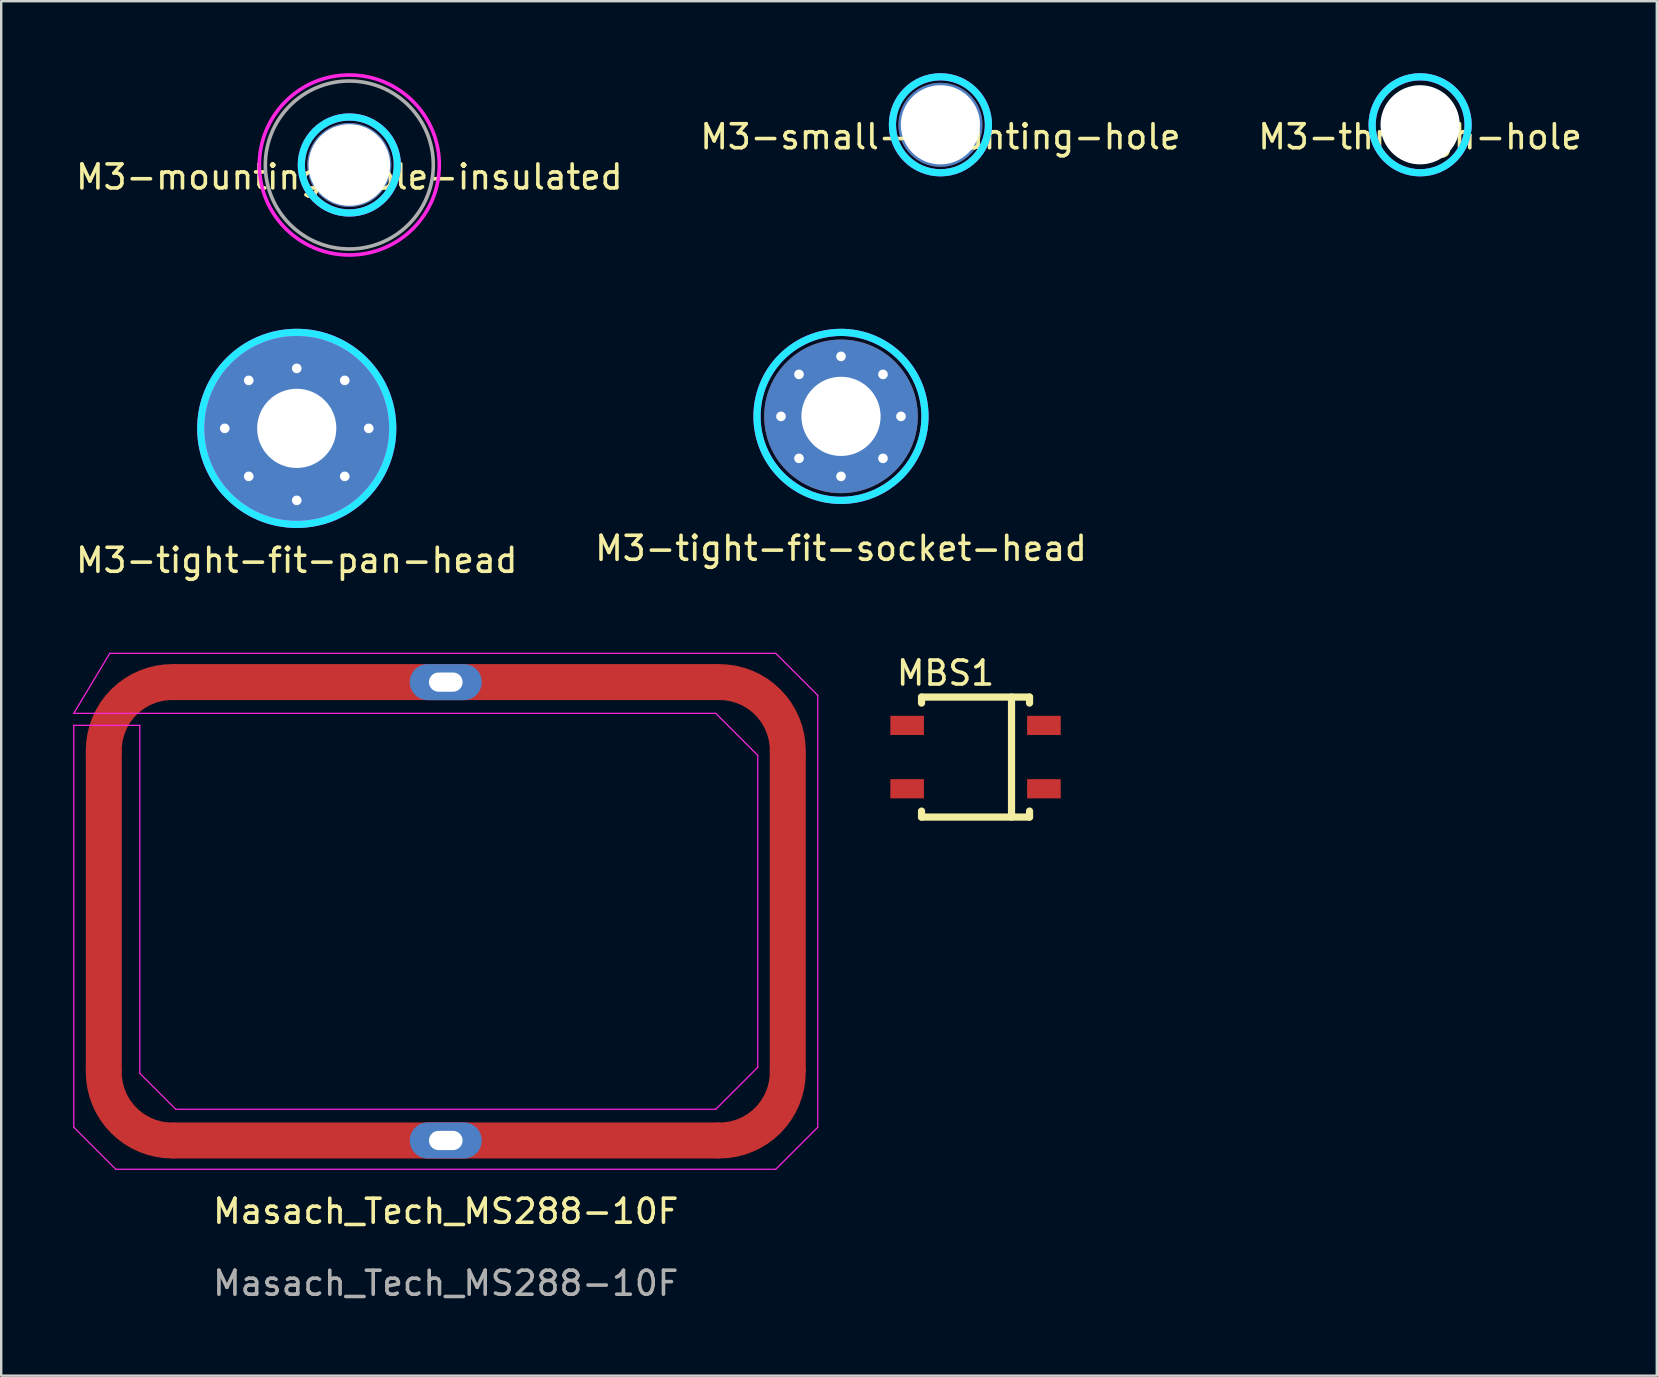
<source format=kicad_pcb>
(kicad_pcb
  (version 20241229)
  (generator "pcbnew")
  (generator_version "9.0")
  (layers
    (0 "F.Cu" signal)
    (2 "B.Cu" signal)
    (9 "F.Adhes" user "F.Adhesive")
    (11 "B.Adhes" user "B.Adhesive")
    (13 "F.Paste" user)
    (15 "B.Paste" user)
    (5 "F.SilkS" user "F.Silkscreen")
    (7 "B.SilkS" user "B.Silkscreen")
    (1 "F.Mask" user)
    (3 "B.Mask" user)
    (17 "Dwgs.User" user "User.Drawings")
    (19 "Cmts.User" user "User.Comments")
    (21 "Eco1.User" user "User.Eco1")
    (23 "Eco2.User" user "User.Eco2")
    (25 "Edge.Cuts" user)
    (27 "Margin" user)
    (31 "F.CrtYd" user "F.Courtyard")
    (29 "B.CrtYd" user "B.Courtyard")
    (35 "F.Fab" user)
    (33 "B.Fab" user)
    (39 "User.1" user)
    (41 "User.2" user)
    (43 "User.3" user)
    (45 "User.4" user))
  (footprint "Masach_Tech_MS288-10F"
    (layer "F.Cu")
    (at 15.525 34.923)
    (property "Reference" "Masach_Tech_MS288-10F" (at 0 12.5 0) (unlocked yes) (layer "F.SilkS") (effects (font (size 1 1) (thickness 0.15))))
    (fp_line (start -15.5 -8.25) (end 11.25 -8.25) (stroke (width 0.05) (type solid)) (layer "F.CrtYd"))
    (fp_line (start -15.5 -7.75) (end -15.5 9) (stroke (width 0.05) (type solid)) (layer "F.CrtYd"))
    (fp_line (start -15.5 9) (end -13.75 10.75) (stroke (width 0.05) (type solid)) (layer "F.CrtYd"))
    (fp_line (start -14 -10.75) (end -15.5 -8.25) (stroke (width 0.05) (type solid)) (layer "F.CrtYd"))
    (fp_line (start -13.75 10.75) (end 13.75 10.75) (stroke (width 0.05) (type solid)) (layer "F.CrtYd"))
    (fp_line (start -12.75 -7.75) (end -15.5 -7.75) (stroke (width 0.05) (type solid)) (layer "F.CrtYd"))
    (fp_line (start -12.75 6.75) (end -12.75 -7.75) (stroke (width 0.05) (type solid)) (layer "F.CrtYd"))
    (fp_line (start -11.25 8.25) (end -12.75 6.75) (stroke (width 0.05) (type solid)) (layer "F.CrtYd"))
    (fp_line (start 11.25 -8.25) (end 13 -6.5) (stroke (width 0.05) (type solid)) (layer "F.CrtYd"))
    (fp_line (start 11.25 8.25) (end -11.25 8.25) (stroke (width 0.05) (type solid)) (layer "F.CrtYd"))
    (fp_line (start 13 -6.5) (end 13 6.5) (stroke (width 0.05) (type solid)) (layer "F.CrtYd"))
    (fp_line (start 13 6.5) (end 11.25 8.25) (stroke (width 0.05) (type solid)) (layer "F.CrtYd"))
    (fp_line (start 13.75 -10.75) (end -14 -10.75) (stroke (width 0.05) (type solid)) (layer "F.CrtYd"))
    (fp_line (start 13.75 10.75) (end 15.5 9) (stroke (width 0.05) (type solid)) (layer "F.CrtYd"))
    (fp_line (start 15.5 -9) (end 13.75 -10.75) (stroke (width 0.05) (type solid)) (layer "F.CrtYd"))
    (fp_line (start 15.5 9) (end 15.5 -9) (stroke (width 0.05) (type solid)) (layer "F.CrtYd"))
    (fp_rect (start -14.25 9.55) (end 14.25 -9.55) (stroke (width 0.12) (type solid)) (fill no) (layer "User.2"))
    (fp_text user "${REFERENCE}" (at 0 15.5 0) (unlocked yes) (layer "F.Fab") (effects (font (size 1 1) (thickness 0.15))))
    (pad "" smd rect (at -14.25 -4 90) (size 2 1.25) (layers "F.Paste"))
    (pad "" smd rect (at -14.25 0 90) (size 2 1.25) (layers "F.Paste"))
    (pad "" smd rect (at -14.25 4 90) (size 2 1.25) (layers "F.Paste"))
    (pad "" smd rect (at -8 -9.55) (size 2 1.25) (layers "F.Paste"))
    (pad "" smd rect (at -8 9.55) (size 2 1.25) (layers "F.Paste"))
    (pad "" smd rect (at -4 -9.55) (size 2 1.25) (layers "F.Paste"))
    (pad "" smd rect (at -4 9.55) (size 2 1.25) (layers "F.Paste"))
    (pad "" smd rect (at 4 -9.55) (size 2 1.25) (layers "F.Paste"))
    (pad "" smd rect (at 4 9.55) (size 2 1.25) (layers "F.Paste"))
    (pad "" smd rect (at 8 -9.55) (size 2 1.25) (layers "F.Paste"))
    (pad "" smd rect (at 8 9.55) (size 2 1.25) (layers "F.Paste"))
    (pad "" smd rect (at 14.25 -4 90) (size 2 1.25) (layers "F.Paste"))
    (pad "" smd rect (at 14.25 0 90) (size 2 1.25) (layers "F.Paste"))
    (pad "" smd rect (at 14.25 4 90) (size 2 1.25) (layers "F.Paste"))
    (pad "1" smd custom (at -14.25 -6.7) (size 1.5 1.5) (layers "F.Cu" "F.Mask") (options (anchor circle)) (primitives (gr_arc (start 0 0) (mid 0.834746 -2.015254) (end 2.85 -2.85) (width 1.5))))
    (pad "1" smd rect (at -14.25 0) (size 1.5 13.4) (layers "F.Cu" "F.Mask"))
    (pad "1" smd custom (at -11.4 9.55 90) (size 1.5 1.5) (layers "F.Cu" "F.Mask") (options (anchor circle)) (primitives (gr_arc (start 0 0) (mid 0.834746 -2.015254) (end 2.85 -2.85) (width 1.5))))
    (pad "1" thru_hole oval (at 0 -9.55) (size 3 1.5) (drill oval 1.4 0.8) (layers "*.Cu" "*.Mask"))
    (pad "1" smd rect (at 0 -9.55) (size 22.8 1.5) (layers "F.Cu" "F.Mask"))
    (pad "1" thru_hole oval (at 0 9.55) (size 3 1.5) (drill oval 1.4 0.8) (layers "*.Cu" "*.Mask"))
    (pad "1" smd rect (at 0 9.55) (size 22.8 1.5) (layers "F.Cu" "F.Mask"))
    (pad "1" smd custom (at 11.4 -9.55 270) (size 1.5 1.5) (layers "F.Cu" "F.Mask") (options (anchor circle)) (primitives (gr_arc (start 0 0) (mid 0.834746 -2.015254) (end 2.85 -2.85) (width 1.5))))
    (pad "1" smd rect (at 14.25 0) (size 1.5 13.4) (layers "F.Cu" "F.Mask"))
    (pad "1" smd custom (at 14.25 6.7 180) (size 1.5 1.5) (layers "F.Cu" "F.Mask") (options (anchor circle)) (primitives (gr_arc (start 0 0) (mid 0.834746 -2.015254) (end 2.85 -2.85) (width 1.5)))))
  (footprint "M3-small-mounting-hole"
    (layer "F.Cu")
    (at 36.137 2.15)
    (property "Reference" "M3-small-mounting-hole" (at 0 0.5 0) (layer "F.SilkS") (effects (font (size 1 1) (thickness 0.15))))
    (attr through_hole)
    (fp_circle (center 0 0) (end 2 0) (stroke (width 0.3) (type solid)) (fill no) (layer "B.CrtYd"))
    (fp_circle (center 0 0) (end 2 0) (stroke (width 0.3) (type solid)) (fill no) (layer "F.CrtYd"))
    (pad "" np_thru_hole circle (at 0 0) (size 3.5 3.5) (drill 3.3) (layers "*.Cu" "*.Mask")))
  (footprint "M3-tight-fit-socket-head"
    (layer "F.Cu")
    (at 31.994 14.3)
    (property "Reference" "M3-tight-fit-socket-head" (at 0 5.5 0) (layer "F.SilkS") (effects (font (size 1 1) (thickness 0.15))))
    (attr through_hole)
    (fp_circle (center 0 0) (end 3.5 0) (stroke (width 0.3) (type solid)) (fill no) (layer "B.CrtYd"))
    (fp_circle (center 0 0) (end 3.5 0) (stroke (width 0.3) (type solid)) (fill no) (layer "F.CrtYd"))
    (pad "1" thru_hole circle (at -2.5 0) (size 0.8 0.8) (drill 0.4) (layers "*.Cu" "*.Mask"))
    (pad "1" thru_hole circle (at -1.75 -1.75) (size 0.8 0.8) (drill 0.4) (layers "*.Cu" "*.Mask"))
    (pad "1" thru_hole circle (at -1.75 1.75) (size 0.8 0.8) (drill 0.4) (layers "*.Cu" "*.Mask"))
    (pad "1" thru_hole circle (at 0 -2.5) (size 0.8 0.8) (drill 0.4) (layers "*.Cu" "*.Mask"))
    (pad "1" thru_hole circle (at 0 0) (size 6.4 6.4) (drill 3.3) (layers "*.Cu" "*.Mask"))
    (pad "1" thru_hole circle (at 0 2.5) (size 0.8 0.8) (drill 0.4) (layers "*.Cu" "*.Mask"))
    (pad "1" thru_hole circle (at 1.75 -1.75) (size 0.8 0.8) (drill 0.4) (layers "*.Cu" "*.Mask"))
    (pad "1" thru_hole circle (at 1.75 1.75) (size 0.8 0.8) (drill 0.4) (layers "*.Cu" "*.Mask"))
    (pad "1" thru_hole circle (at 2.5 0) (size 0.8 0.8) (drill 0.4) (layers "*.Cu" "*.Mask")))
  (footprint "MBS1"
    (layer "F.Cu")
    (at 37.6 28.497)
    (property "Reference" "MBS1" (at -1.25 -3.5 0) (layer "F.SilkS") (effects (font (size 1 1) (thickness 0.15))))
    (attr through_hole)
    (fp_line (start -2.25 -2.5) (end -2.25 -2.25) (stroke (width 0.3) (type solid)) (layer "F.SilkS"))
    (fp_line (start -2.25 -2.5) (end 2.25 -2.5) (stroke (width 0.3) (type solid)) (layer "F.SilkS"))
    (fp_line (start -2.25 2.5) (end -2.25 2.25) (stroke (width 0.3) (type solid)) (layer "F.SilkS"))
    (fp_line (start -2.25 2.5) (end 2.25 2.5) (stroke (width 0.3) (type solid)) (layer "F.SilkS"))
    (fp_line (start 1.5 -2.5) (end 1.5 2.5) (stroke (width 0.3) (type solid)) (layer "F.SilkS"))
    (fp_line (start 2.25 -2.5) (end 2.25 -2.25) (stroke (width 0.3) (type solid)) (layer "F.SilkS"))
    (fp_line (start 2.25 2.5) (end 2.25 2.25) (stroke (width 0.3) (type solid)) (layer "F.SilkS"))
    (pad "1" smd rect (at -2.85 -1.32) (size 1.4 0.8) (layers "F.Cu" "F.Mask" "F.Paste"))
    (pad "2" smd rect (at -2.85 1.32) (size 1.4 0.8) (layers "F.Cu" "F.Mask" "F.Paste"))
    (pad "3" smd rect (at 2.85 1.32) (size 1.4 0.8) (layers "F.Cu" "F.Mask" "F.Paste"))
    (pad "4" smd rect (at 2.85 -1.32) (size 1.4 0.8) (layers "F.Cu" "F.Mask" "F.Paste")))
  (footprint "M3-mounting-hole-insulated"
    (layer "F.Cu")
    (at 11.506 3.825)
    (property "Reference" "M3-mounting-hole-insulated" (at 0 0.5 0) (layer "F.SilkS") (effects (font (size 1 1) (thickness 0.15))))
    (attr through_hole)
    (fp_circle (center 0 0) (end 2 0) (stroke (width 0.3) (type solid)) (fill no) (layer "B.CrtYd"))
    (fp_circle (center 0 0) (end 0 3.75) (stroke (width 0.15) (type solid)) (fill no) (layer "F.CrtYd"))
    (fp_circle (center 0 0) (end 2 0) (stroke (width 0.3) (type solid)) (fill no) (layer "F.CrtYd"))
    (fp_circle (center 0 0) (end 0 3.5) (stroke (width 0.15) (type solid)) (fill no) (layer "F.Fab"))
    (pad "" np_thru_hole circle (at 0 0) (size 3.5 3.5) (drill 3.4) (layers "*.Cu" "*.Mask")))
  (footprint "M3-through-hole"
    (layer "F.Cu")
    (at 56.125 2.15)
    (property "Reference" "M3-through-hole" (at 0 0.5 0) (layer "F.SilkS") (effects (font (size 1 1) (thickness 0.15))))
    (attr through_hole)
    (fp_circle (center 0 0) (end 2 0) (stroke (width 0.3) (type solid)) (fill no) (layer "B.CrtYd"))
    (fp_circle (center 0 0) (end 2 0) (stroke (width 0.3) (type solid)) (fill no) (layer "F.CrtYd"))
    (pad "" np_thru_hole circle (at 0 0) (size 3.3 3.3) (drill 3.3) (layers "*.Cu" "*.Mask")))
  (footprint "M3-tight-fit-pan-head"
    (layer "F.Cu")
    (at 9.315 14.8)
    (property "Reference" "M3-tight-fit-pan-head" (at 0 5.5 0) (layer "F.SilkS") (effects (font (size 1 1) (thickness 0.15))))
    (attr through_hole)
    (fp_circle (center 0 0) (end 4 0) (stroke (width 0.3) (type solid)) (fill no) (layer "B.CrtYd"))
    (fp_circle (center 0 0) (end 4 0) (stroke (width 0.3) (type solid)) (fill no) (layer "F.CrtYd"))
    (pad "1" thru_hole circle (at -3 0) (size 0.8 0.8) (drill 0.4) (layers "*.Cu" "*.Mask"))
    (pad "1" thru_hole circle (at -2 -2) (size 0.8 0.8) (drill 0.4) (layers "*.Cu" "*.Mask"))
    (pad "1" thru_hole circle (at -2 2) (size 0.8 0.8) (drill 0.4) (layers "*.Cu" "*.Mask"))
    (pad "1" thru_hole circle (at 0 -2.5) (size 0.8 0.8) (drill 0.4) (layers "*.Cu" "*.Mask"))
    (pad "1" thru_hole circle (at 0 0) (size 8 8) (drill 3.3) (layers "*.Cu" "*.Mask"))
    (pad "1" thru_hole circle (at 0 3) (size 0.8 0.8) (drill 0.4) (layers "*.Cu" "*.Mask"))
    (pad "1" thru_hole circle (at 2 -2) (size 0.8 0.8) (drill 0.4) (layers "*.Cu" "*.Mask"))
    (pad "1" thru_hole circle (at 2 2) (size 0.8 0.8) (drill 0.4) (layers "*.Cu" "*.Mask"))
    (pad "1" thru_hole circle (at 3 0) (size 0.8 0.8) (drill 0.4) (layers "*.Cu" "*.Mask")))
  (gr_rect
    (start -3 -3)
    (end 65.988 54.272)
    (stroke (width 0.1) (type default))
    (fill no)
    (layer "Edge.Cuts")))
</source>
